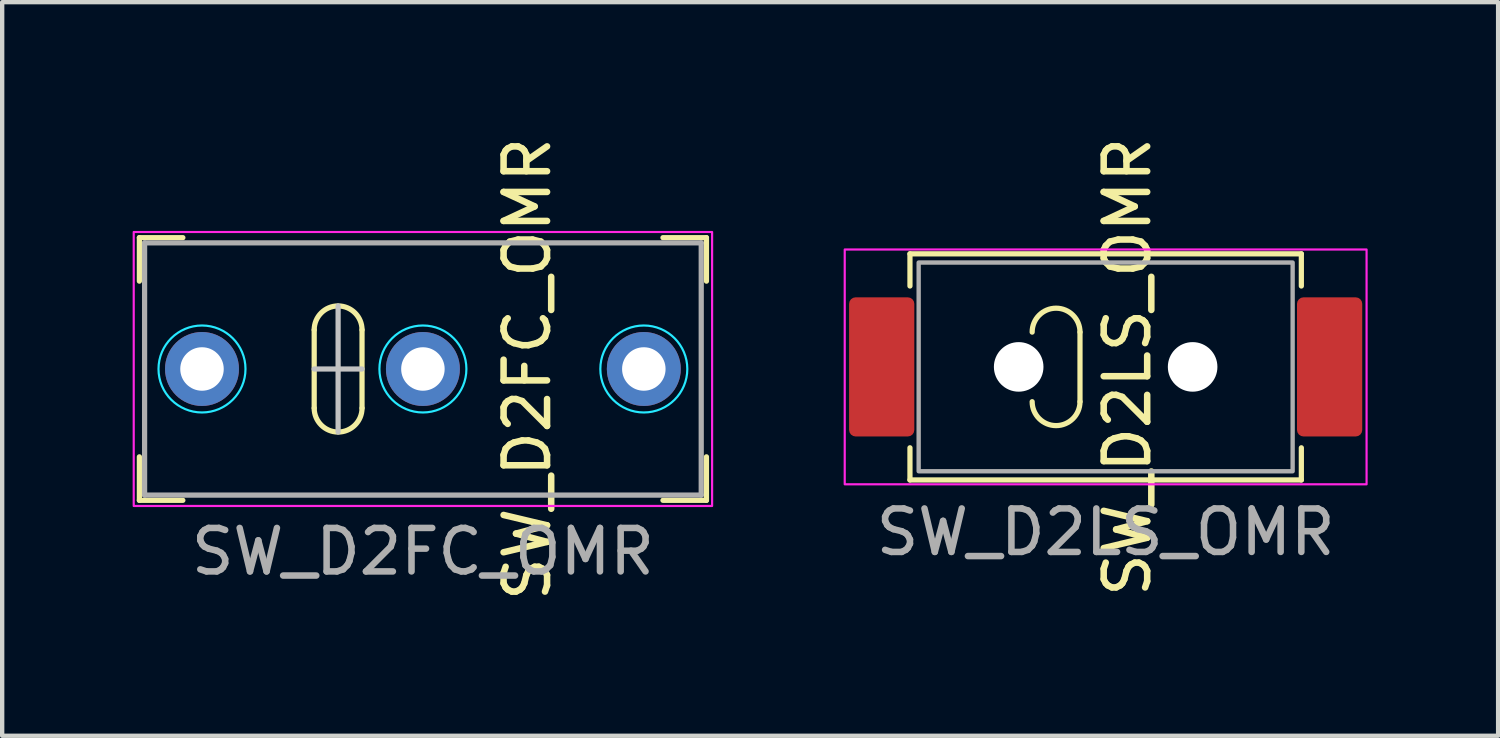
<source format=kicad_pcb>
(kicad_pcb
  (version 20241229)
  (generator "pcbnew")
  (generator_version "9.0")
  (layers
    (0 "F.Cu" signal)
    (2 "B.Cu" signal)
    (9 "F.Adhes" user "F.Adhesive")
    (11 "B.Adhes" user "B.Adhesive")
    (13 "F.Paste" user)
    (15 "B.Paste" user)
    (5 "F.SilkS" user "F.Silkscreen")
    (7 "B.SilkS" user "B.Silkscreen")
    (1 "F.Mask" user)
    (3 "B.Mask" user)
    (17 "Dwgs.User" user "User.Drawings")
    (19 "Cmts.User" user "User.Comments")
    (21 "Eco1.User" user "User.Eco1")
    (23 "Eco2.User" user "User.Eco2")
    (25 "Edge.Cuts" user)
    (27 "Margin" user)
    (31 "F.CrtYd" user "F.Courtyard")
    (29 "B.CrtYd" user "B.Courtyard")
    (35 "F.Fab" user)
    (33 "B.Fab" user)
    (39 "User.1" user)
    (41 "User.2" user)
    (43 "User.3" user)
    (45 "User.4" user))
  (footprint "SW_D2FC_OMR"
    (layer "F.Cu")
    (at 6.675 5.435)
    (property "Reference" "SW_D2FC_OMR" (at 2.4 0 90) (layer "F.SilkS") (effects (font (size 1 1) (thickness 0.15))))
    (attr through_hole)
    (fp_line (start -6.52 -3.02) (end -6.52 -2.02) (stroke (width 0.12) (type solid)) (layer "F.SilkS"))
    (fp_line (start -6.52 -3.02) (end -5.52 -3.02) (stroke (width 0.12) (type solid)) (layer "F.SilkS"))
    (fp_line (start -6.52 3.02) (end -6.52 2.02) (stroke (width 0.12) (type solid)) (layer "F.SilkS"))
    (fp_line (start -6.52 3.02) (end -5.52 3.02) (stroke (width 0.12) (type solid)) (layer "F.SilkS"))
    (fp_line (start -2.5 0.9) (end -2.5 -0.9) (stroke (width 0.12) (type solid)) (layer "F.SilkS"))
    (fp_line (start -1.4 0.9) (end -1.4 -0.9) (stroke (width 0.12) (type solid)) (layer "F.SilkS"))
    (fp_line (start 6.52 -3.02) (end 5.52 -3.02) (stroke (width 0.12) (type solid)) (layer "F.SilkS"))
    (fp_line (start 6.52 -3.02) (end 6.52 -2.02) (stroke (width 0.12) (type solid)) (layer "F.SilkS"))
    (fp_line (start 6.52 3.02) (end 5.52 3.02) (stroke (width 0.12) (type solid)) (layer "F.SilkS"))
    (fp_line (start 6.52 3.02) (end 6.52 2.02) (stroke (width 0.12) (type solid)) (layer "F.SilkS"))
    (fp_arc (start -2.5 -0.9) (mid -1.95 -1.45) (end -1.4 -0.9) (stroke (width 0.12) (type solid)) (layer "F.SilkS"))
    (fp_arc (start -1.4 0.9) (mid -1.95 1.45) (end -2.5 0.9) (stroke (width 0.12) (type solid)) (layer "F.SilkS"))
    (fp_line (start -1.95 1.45) (end -1.95 -1.45) (stroke (width 0.12) (type solid)) (layer "Dwgs.User"))
    (fp_line (start -1.4 0) (end -2.5 0) (stroke (width 0.12) (type solid)) (layer "Dwgs.User"))
    (fp_circle (center -5.08 0) (end -4.08 0) (stroke (width 0.05) (type default)) (fill no) (layer "B.CrtYd"))
    (fp_circle (center 0 0) (end 1 0) (stroke (width 0.05) (type default)) (fill no) (layer "B.CrtYd"))
    (fp_circle (center 5.08 0) (end 6.08 0) (stroke (width 0.05) (type default)) (fill no) (layer "B.CrtYd"))
    (fp_rect (start -6.65 -3.15) (end 6.65 3.15) (stroke (width 0.05) (type default)) (fill no) (layer "F.CrtYd"))
    (fp_line (start -6.4 -2.9) (end 6.4 -2.9) (stroke (width 0.12) (type solid)) (layer "F.Fab"))
    (fp_line (start -6.4 2.9) (end -6.4 -2.9) (stroke (width 0.12) (type solid)) (layer "F.Fab"))
    (fp_line (start 6.4 -2.9) (end 6.4 2.9) (stroke (width 0.12) (type solid)) (layer "F.Fab"))
    (fp_line (start 6.4 2.9) (end -6.4 2.9) (stroke (width 0.12) (type solid)) (layer "F.Fab"))
    (fp_text user "${REFERENCE}" (at 0 4.2 0) (layer "F.Fab") (effects (font (size 1 1) (thickness 0.15))))
    (pad "1" thru_hole circle (at -5.08 0) (size 1.7 1.7) (drill 1) (layers "*.Cu" "*.Mask"))
    (pad "2" thru_hole circle (at 0 0) (size 1.7 1.7) (drill 1) (layers "*.Cu" "*.Mask"))
    (pad "3" thru_hole circle (at 5.08 0) (size 1.7 1.7) (drill 1) (layers "*.Cu" "*.Mask")))
  (footprint "SW_D2LS_OMR"
    (layer "F.Cu")
    (at 22.375 5.387)
    (property "Reference" "SW_D2LS_OMR" (at 0.5 0 90) (layer "F.SilkS") (effects (font (size 1 1) (thickness 0.15))))
    (attr smd)
    (fp_line (start -4.5 -2.6) (end -4.5 -1.86) (stroke (width 0.12) (type default)) (layer "F.SilkS"))
    (fp_line (start -4.5 2.6) (end -4.5 1.86) (stroke (width 0.12) (type default)) (layer "F.SilkS"))
    (fp_line (start -4.5 2.6) (end 4.5 2.6) (stroke (width 0.12) (type default)) (layer "F.SilkS"))
    (fp_line (start -0.59 0.8) (end -0.59 -0.8) (stroke (width 0.12) (type solid)) (layer "F.SilkS"))
    (fp_line (start 4.5 -2.6) (end -4.5 -2.6) (stroke (width 0.12) (type default)) (layer "F.SilkS"))
    (fp_line (start 4.5 -2.6) (end 4.5 -1.86) (stroke (width 0.12) (type default)) (layer "F.SilkS"))
    (fp_line (start 4.5 2.6) (end 4.5 1.86) (stroke (width 0.12) (type default)) (layer "F.SilkS"))
    (fp_arc (start -1.69 -0.8) (mid -1.14 -1.35) (end -0.59 -0.8) (stroke (width 0.12) (type solid)) (layer "F.SilkS"))
    (fp_arc (start -0.59 0.8) (mid -1.14 1.35) (end -1.69 0.8) (stroke (width 0.12) (type solid)) (layer "F.SilkS"))
    (fp_rect (start -6 -2.7) (end 6 2.7) (stroke (width 0.05) (type default)) (fill no) (layer "F.CrtYd"))
    (fp_rect (start -4.3 -2.4) (end 4.3 2.4) (stroke (width 0.1) (type default)) (fill no) (layer "F.Fab"))
    (fp_text user "${REFERENCE}" (at 0 3.8 180) (layer "F.Fab") (effects (font (size 1 1) (thickness 0.15))))
    (pad "" np_thru_hole circle (at -2 0) (size 1.14 1.14) (drill 1.14) (layers "*.Cu"))
    (pad "" np_thru_hole circle (at 2 0) (size 1.14 1.14) (drill 1.14) (layers "*.Cu"))
    (pad "1" smd roundrect (at -5.15 0) (size 1.5 3.2) (layers "F.Cu" "F.Mask" "F.Paste") (roundrect_rratio 0.1))
    (pad "2" smd roundrect (at 5.15 0) (size 1.5 3.2) (layers "F.Cu" "F.Mask" "F.Paste") (roundrect_rratio 0.1)))
  (gr_rect
    (start -3 -3)
    (end 31.4 13.869)
    (stroke (width 0.1) (type default))
    (fill no)
    (layer "Edge.Cuts")))
</source>
